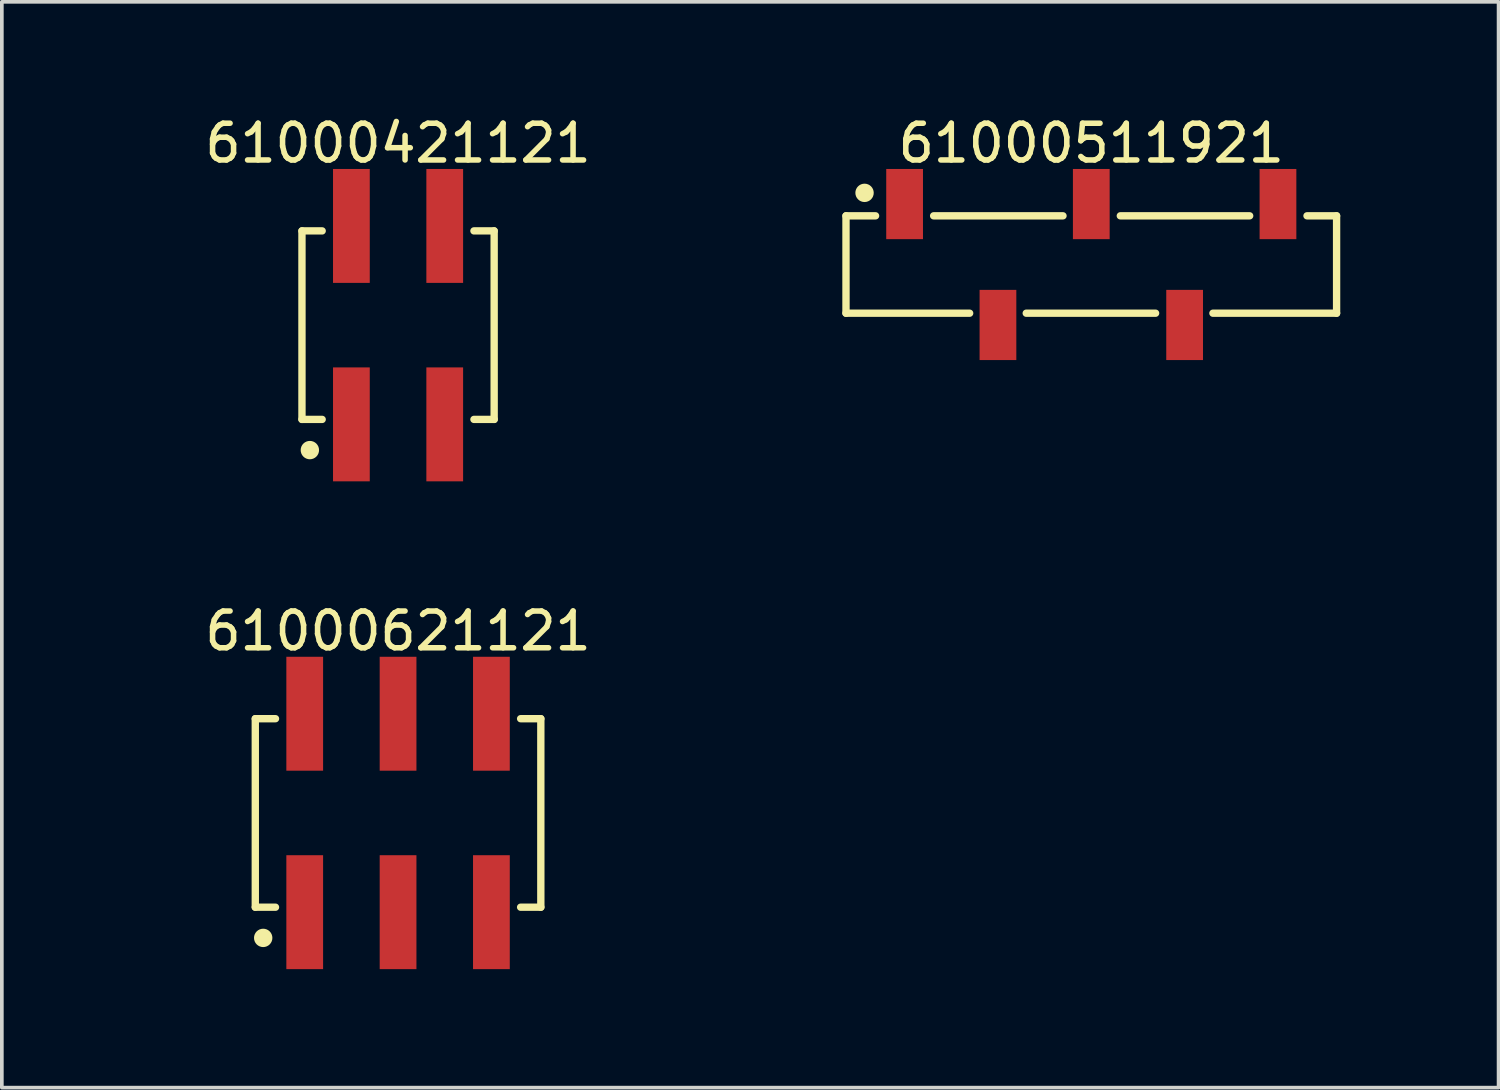
<source format=kicad_pcb>
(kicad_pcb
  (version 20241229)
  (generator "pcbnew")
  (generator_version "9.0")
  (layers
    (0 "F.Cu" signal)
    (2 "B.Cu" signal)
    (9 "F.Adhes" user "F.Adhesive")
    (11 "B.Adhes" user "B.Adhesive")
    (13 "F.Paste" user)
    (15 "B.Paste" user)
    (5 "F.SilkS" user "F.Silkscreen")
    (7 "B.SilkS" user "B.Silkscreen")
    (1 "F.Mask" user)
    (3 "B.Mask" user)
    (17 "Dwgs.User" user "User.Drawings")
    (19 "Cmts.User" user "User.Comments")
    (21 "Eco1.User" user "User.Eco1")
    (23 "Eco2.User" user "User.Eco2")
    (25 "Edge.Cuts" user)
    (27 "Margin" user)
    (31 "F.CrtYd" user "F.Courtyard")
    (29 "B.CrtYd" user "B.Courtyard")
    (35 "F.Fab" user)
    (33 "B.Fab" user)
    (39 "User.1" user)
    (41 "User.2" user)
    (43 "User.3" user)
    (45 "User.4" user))
  (footprint "61000511921"
    (layer "F.Cu")
    (at 26.646 4.148)
    (property "Reference" "61000511921" (at 0 -3.3 0) (layer "F.SilkS") (effects (font (size 1 1) (thickness 0.15))))
    (fp_line (start -6.675 -1.325) (end -5.87 -1.325) (stroke (width 0.2) (type solid)) (layer "F.SilkS"))
    (fp_line (start -6.675 1.325) (end -6.675 -1.325) (stroke (width 0.2) (type solid)) (layer "F.SilkS"))
    (fp_line (start -6.675 1.325) (end -3.31 1.325) (stroke (width 0.2) (type solid)) (layer "F.SilkS"))
    (fp_line (start -4.29 -1.325) (end -0.77 -1.325) (stroke (width 0.2) (type solid)) (layer "F.SilkS"))
    (fp_line (start -1.77 1.325) (end 1.75 1.325) (stroke (width 0.2) (type solid)) (layer "F.SilkS"))
    (fp_line (start 0.79 -1.325) (end 4.31 -1.325) (stroke (width 0.2) (type solid)) (layer "F.SilkS"))
    (fp_line (start 3.31 1.325) (end 6.675 1.325) (stroke (width 0.2) (type solid)) (layer "F.SilkS"))
    (fp_line (start 5.87 -1.325) (end 6.675 -1.325) (stroke (width 0.2) (type solid)) (layer "F.SilkS"))
    (fp_line (start 6.675 1.325) (end 6.675 -1.325) (stroke (width 0.2) (type solid)) (layer "F.SilkS"))
    (fp_circle (center -6.17 -1.95) (end -6.17 -2.075) (stroke (width 0.25) (type solid)) (fill no) (layer "F.SilkS"))
    (fp_line (start -6.875 -2.8) (end 6.875 -2.8) (stroke (width 0.05) (type solid)) (layer "Eco2.User"))
    (fp_line (start -6.875 2.8) (end -6.875 -2.8) (stroke (width 0.05) (type solid)) (layer "Eco2.User"))
    (fp_line (start -6.875 2.8) (end 6.875 2.8) (stroke (width 0.05) (type solid)) (layer "Eco2.User"))
    (fp_line (start -6.6 -1.25) (end 6.6 -1.25) (stroke (width 0.1) (type solid)) (layer "Eco2.User"))
    (fp_line (start -6.6 1.25) (end -6.6 -1.25) (stroke (width 0.1) (type solid)) (layer "Eco2.User"))
    (fp_line (start -6.6 1.25) (end 6.6 1.25) (stroke (width 0.1) (type solid)) (layer "Eco2.User"))
    (fp_line (start -5.33 -2.025) (end -4.83 -2.025) (stroke (width 0.1) (type solid)) (layer "Eco2.User"))
    (fp_line (start -5.33 -1.25) (end -5.33 -2.025) (stroke (width 0.1) (type solid)) (layer "Eco2.User"))
    (fp_line (start -4.83 -1.25) (end -4.83 -2.025) (stroke (width 0.1) (type solid)) (layer "Eco2.User"))
    (fp_line (start -2.79 2.025) (end -2.79 1.25) (stroke (width 0.1) (type solid)) (layer "Eco2.User"))
    (fp_line (start -2.79 2.025) (end -2.29 2.025) (stroke (width 0.1) (type solid)) (layer "Eco2.User"))
    (fp_line (start -2.29 2.025) (end -2.29 1.25) (stroke (width 0.1) (type solid)) (layer "Eco2.User"))
    (fp_line (start -0.5 0) (end 0.5 0) (stroke (width 0.05) (type solid)) (layer "Eco2.User"))
    (fp_line (start -0.25 -2.025) (end 0.25 -2.025) (stroke (width 0.1) (type solid)) (layer "Eco2.User"))
    (fp_line (start -0.25 -1.25) (end -0.25 -2.025) (stroke (width 0.1) (type solid)) (layer "Eco2.User"))
    (fp_line (start 0 0.5) (end 0 -0.5) (stroke (width 0.05) (type solid)) (layer "Eco2.User"))
    (fp_line (start 0.25 -1.25) (end 0.25 -2.025) (stroke (width 0.1) (type solid)) (layer "Eco2.User"))
    (fp_line (start 2.29 2.025) (end 2.29 1.25) (stroke (width 0.1) (type solid)) (layer "Eco2.User"))
    (fp_line (start 2.29 2.025) (end 2.79 2.025) (stroke (width 0.1) (type solid)) (layer "Eco2.User"))
    (fp_line (start 2.79 2.025) (end 2.79 1.25) (stroke (width 0.1) (type solid)) (layer "Eco2.User"))
    (fp_line (start 4.83 -2.025) (end 5.33 -2.025) (stroke (width 0.1) (type solid)) (layer "Eco2.User"))
    (fp_line (start 4.83 -1.25) (end 4.83 -2.025) (stroke (width 0.1) (type solid)) (layer "Eco2.User"))
    (fp_line (start 5.33 -1.25) (end 5.33 -2.025) (stroke (width 0.1) (type solid)) (layer "Eco2.User"))
    (fp_line (start 6.6 1.25) (end 6.6 -1.25) (stroke (width 0.1) (type solid)) (layer "Eco2.User"))
    (fp_line (start 6.875 2.8) (end 6.875 -2.8) (stroke (width 0.05) (type solid)) (layer "Eco2.User"))
    (fp_text user "${REFERENCE}" (at 0.15 -0.197 0) (unlocked yes) (layer "User.3") (effects (font (size 1.5 1.5) (thickness 0.15))))
    (pad "1" smd rect (at -5.08 -1.645) (size 1 1.91) (layers "F.Cu" "F.Mask" "F.Paste"))
    (pad "2" smd rect (at -2.54 1.645) (size 1 1.91) (layers "F.Cu" "F.Mask" "F.Paste"))
    (pad "3" smd rect (at 0 -1.645) (size 1 1.91) (layers "F.Cu" "F.Mask" "F.Paste"))
    (pad "4" smd rect (at 2.54 1.645) (size 1 1.91) (layers "F.Cu" "F.Mask" "F.Paste"))
    (pad "5" smd rect (at 5.08 -1.645) (size 1 1.91) (layers "F.Cu" "F.Mask" "F.Paste")))
  (footprint "61000621121"
    (layer "F.Cu")
    (at 7.782 19.072)
    (property "Reference" "61000621121" (at 0 -4.95 0) (layer "F.SilkS") (effects (font (size 1 1) (thickness 0.15))))
    (fp_line (start -3.885 -2.565) (end -3.335 -2.565) (stroke (width 0.2) (type solid)) (layer "F.SilkS"))
    (fp_line (start -3.885 2.565) (end -3.885 -2.565) (stroke (width 0.2) (type solid)) (layer "F.SilkS"))
    (fp_line (start -3.885 2.565) (end -3.335 2.565) (stroke (width 0.2) (type solid)) (layer "F.SilkS"))
    (fp_line (start 3.335 -2.565) (end 3.885 -2.565) (stroke (width 0.2) (type solid)) (layer "F.SilkS"))
    (fp_line (start 3.335 2.565) (end 3.885 2.565) (stroke (width 0.2) (type solid)) (layer "F.SilkS"))
    (fp_line (start 3.885 2.565) (end 3.885 -2.565) (stroke (width 0.2) (type solid)) (layer "F.SilkS"))
    (fp_circle (center -3.67 3.4) (end -3.67 3.275) (stroke (width 0.25) (type solid)) (fill no) (layer "F.SilkS"))
    (fp_line (start -4.085 -4.45) (end 4.085 -4.45) (stroke (width 0.05) (type solid)) (layer "Eco2.User"))
    (fp_line (start -4.085 4.45) (end -4.085 -4.45) (stroke (width 0.05) (type solid)) (layer "Eco2.User"))
    (fp_line (start -4.085 4.45) (end 4.085 4.45) (stroke (width 0.05) (type solid)) (layer "Eco2.User"))
    (fp_line (start -3.81 -2.54) (end 3.81 -2.54) (stroke (width 0.1) (type solid)) (layer "Eco2.User"))
    (fp_line (start -3.81 2.54) (end -3.81 -2.54) (stroke (width 0.1) (type solid)) (layer "Eco2.User"))
    (fp_line (start -3.81 2.54) (end 3.81 2.54) (stroke (width 0.1) (type solid)) (layer "Eco2.User"))
    (fp_line (start -2.86 -3.75) (end -2.22 -3.75) (stroke (width 0.1) (type solid)) (layer "Eco2.User"))
    (fp_line (start -2.86 -2.54) (end -2.86 -3.75) (stroke (width 0.1) (type solid)) (layer "Eco2.User"))
    (fp_line (start -2.86 3.75) (end -2.86 2.54) (stroke (width 0.1) (type solid)) (layer "Eco2.User"))
    (fp_line (start -2.86 3.75) (end -2.22 3.75) (stroke (width 0.1) (type solid)) (layer "Eco2.User"))
    (fp_line (start -2.22 -2.54) (end -2.22 -3.75) (stroke (width 0.1) (type solid)) (layer "Eco2.User"))
    (fp_line (start -2.22 3.75) (end -2.22 2.54) (stroke (width 0.1) (type solid)) (layer "Eco2.User"))
    (fp_line (start -0.5 0) (end 0.5 0) (stroke (width 0.05) (type solid)) (layer "Eco2.User"))
    (fp_line (start -0.32 -3.75) (end 0.32 -3.75) (stroke (width 0.1) (type solid)) (layer "Eco2.User"))
    (fp_line (start -0.32 -2.54) (end -0.32 -3.75) (stroke (width 0.1) (type solid)) (layer "Eco2.User"))
    (fp_line (start -0.32 3.75) (end -0.32 2.54) (stroke (width 0.1) (type solid)) (layer "Eco2.User"))
    (fp_line (start -0.32 3.75) (end 0.32 3.75) (stroke (width 0.1) (type solid)) (layer "Eco2.User"))
    (fp_line (start 0 0.5) (end 0 -0.5) (stroke (width 0.05) (type solid)) (layer "Eco2.User"))
    (fp_line (start 0.32 -2.54) (end 0.32 -3.75) (stroke (width 0.1) (type solid)) (layer "Eco2.User"))
    (fp_line (start 0.32 3.75) (end 0.32 2.54) (stroke (width 0.1) (type solid)) (layer "Eco2.User"))
    (fp_line (start 2.22 -3.75) (end 2.86 -3.75) (stroke (width 0.1) (type solid)) (layer "Eco2.User"))
    (fp_line (start 2.22 -2.54) (end 2.22 -3.75) (stroke (width 0.1) (type solid)) (layer "Eco2.User"))
    (fp_line (start 2.22 3.75) (end 2.22 2.54) (stroke (width 0.1) (type solid)) (layer "Eco2.User"))
    (fp_line (start 2.22 3.75) (end 2.86 3.75) (stroke (width 0.1) (type solid)) (layer "Eco2.User"))
    (fp_line (start 2.86 -2.54) (end 2.86 -3.75) (stroke (width 0.1) (type solid)) (layer "Eco2.User"))
    (fp_line (start 2.86 3.75) (end 2.86 2.54) (stroke (width 0.1) (type solid)) (layer "Eco2.User"))
    (fp_line (start 3.81 2.54) (end 3.81 -2.54) (stroke (width 0.1) (type solid)) (layer "Eco2.User"))
    (fp_line (start 4.085 4.45) (end 4.085 -4.45) (stroke (width 0.05) (type solid)) (layer "Eco2.User"))
    (fp_text user "${REFERENCE}" (at 0.15 -0.197 0) (unlocked yes) (layer "User.3") (effects (font (size 1.5 1.5) (thickness 0.15))))
    (pad "1" smd rect (at -2.54 2.7) (size 1 3.1) (layers "F.Cu" "F.Mask" "F.Paste"))
    (pad "2" smd rect (at -2.54 -2.7) (size 1 3.1) (layers "F.Cu" "F.Mask" "F.Paste"))
    (pad "3" smd rect (at 0 2.7) (size 1 3.1) (layers "F.Cu" "F.Mask" "F.Paste"))
    (pad "4" smd rect (at 0 -2.7) (size 1 3.1) (layers "F.Cu" "F.Mask" "F.Paste"))
    (pad "5" smd rect (at 2.54 2.7) (size 1 3.1) (layers "F.Cu" "F.Mask" "F.Paste"))
    (pad "6" smd rect (at 2.54 -2.7) (size 1 3.1) (layers "F.Cu" "F.Mask" "F.Paste")))
  (footprint "61000421121"
    (layer "F.Cu")
    (at 7.782 5.798)
    (property "Reference" "61000421121" (at 0 -4.95 0) (layer "F.SilkS") (effects (font (size 1 1) (thickness 0.15))))
    (fp_line (start -2.615 -2.565) (end -2.065 -2.565) (stroke (width 0.2) (type solid)) (layer "F.SilkS"))
    (fp_line (start -2.615 2.565) (end -2.615 -2.565) (stroke (width 0.2) (type solid)) (layer "F.SilkS"))
    (fp_line (start -2.615 2.565) (end -2.065 2.565) (stroke (width 0.2) (type solid)) (layer "F.SilkS"))
    (fp_line (start 2.065 -2.565) (end 2.615 -2.565) (stroke (width 0.2) (type solid)) (layer "F.SilkS"))
    (fp_line (start 2.065 2.565) (end 2.615 2.565) (stroke (width 0.2) (type solid)) (layer "F.SilkS"))
    (fp_line (start 2.615 2.565) (end 2.615 -2.565) (stroke (width 0.2) (type solid)) (layer "F.SilkS"))
    (fp_circle (center -2.4 3.4) (end -2.4 3.275) (stroke (width 0.25) (type solid)) (fill no) (layer "F.SilkS"))
    (fp_line (start -2.815 -4.45) (end 2.815 -4.45) (stroke (width 0.05) (type solid)) (layer "Eco2.User"))
    (fp_line (start -2.815 4.45) (end -2.815 -4.45) (stroke (width 0.05) (type solid)) (layer "Eco2.User"))
    (fp_line (start -2.815 4.45) (end 2.815 4.45) (stroke (width 0.05) (type solid)) (layer "Eco2.User"))
    (fp_line (start -2.54 -2.54) (end 2.54 -2.54) (stroke (width 0.1) (type solid)) (layer "Eco2.User"))
    (fp_line (start -2.54 2.54) (end -2.54 -2.54) (stroke (width 0.1) (type solid)) (layer "Eco2.User"))
    (fp_line (start -2.54 2.54) (end 2.54 2.54) (stroke (width 0.1) (type solid)) (layer "Eco2.User"))
    (fp_line (start -1.59 -3.75) (end -0.95 -3.75) (stroke (width 0.1) (type solid)) (layer "Eco2.User"))
    (fp_line (start -1.59 -2.54) (end -1.59 -3.75) (stroke (width 0.1) (type solid)) (layer "Eco2.User"))
    (fp_line (start -1.59 3.75) (end -1.59 2.54) (stroke (width 0.1) (type solid)) (layer "Eco2.User"))
    (fp_line (start -1.59 3.75) (end -0.95 3.75) (stroke (width 0.1) (type solid)) (layer "Eco2.User"))
    (fp_line (start -0.95 -2.54) (end -0.95 -3.75) (stroke (width 0.1) (type solid)) (layer "Eco2.User"))
    (fp_line (start -0.95 3.75) (end -0.95 2.54) (stroke (width 0.1) (type solid)) (layer "Eco2.User"))
    (fp_line (start -0.5 0) (end 0.5 0) (stroke (width 0.05) (type solid)) (layer "Eco2.User"))
    (fp_line (start 0 0.5) (end 0 -0.5) (stroke (width 0.05) (type solid)) (layer "Eco2.User"))
    (fp_line (start 0.95 -3.75) (end 1.59 -3.75) (stroke (width 0.1) (type solid)) (layer "Eco2.User"))
    (fp_line (start 0.95 -2.54) (end 0.95 -3.75) (stroke (width 0.1) (type solid)) (layer "Eco2.User"))
    (fp_line (start 0.95 3.75) (end 0.95 2.54) (stroke (width 0.1) (type solid)) (layer "Eco2.User"))
    (fp_line (start 0.95 3.75) (end 1.59 3.75) (stroke (width 0.1) (type solid)) (layer "Eco2.User"))
    (fp_line (start 1.59 -2.54) (end 1.59 -3.75) (stroke (width 0.1) (type solid)) (layer "Eco2.User"))
    (fp_line (start 1.59 3.75) (end 1.59 2.54) (stroke (width 0.1) (type solid)) (layer "Eco2.User"))
    (fp_line (start 2.54 2.54) (end 2.54 -2.54) (stroke (width 0.1) (type solid)) (layer "Eco2.User"))
    (fp_line (start 2.815 4.45) (end 2.815 -4.45) (stroke (width 0.05) (type solid)) (layer "Eco2.User"))
    (fp_text user "${REFERENCE}" (at 0.15 -0.197 0) (unlocked yes) (layer "User.3") (effects (font (size 1.5 1.5) (thickness 0.15))))
    (pad "1" smd rect (at -1.27 2.7) (size 1 3.1) (layers "F.Cu" "F.Mask" "F.Paste"))
    (pad "2" smd rect (at -1.27 -2.7) (size 1 3.1) (layers "F.Cu" "F.Mask" "F.Paste"))
    (pad "3" smd rect (at 1.27 2.7) (size 1 3.1) (layers "F.Cu" "F.Mask" "F.Paste"))
    (pad "4" smd rect (at 1.27 -2.7) (size 1 3.1) (layers "F.Cu" "F.Mask" "F.Paste")))
  (gr_rect
    (start -3 -3)
    (end 37.729 26.547)
    (stroke (width 0.1) (type default))
    (fill no)
    (layer "Edge.Cuts")))
</source>
